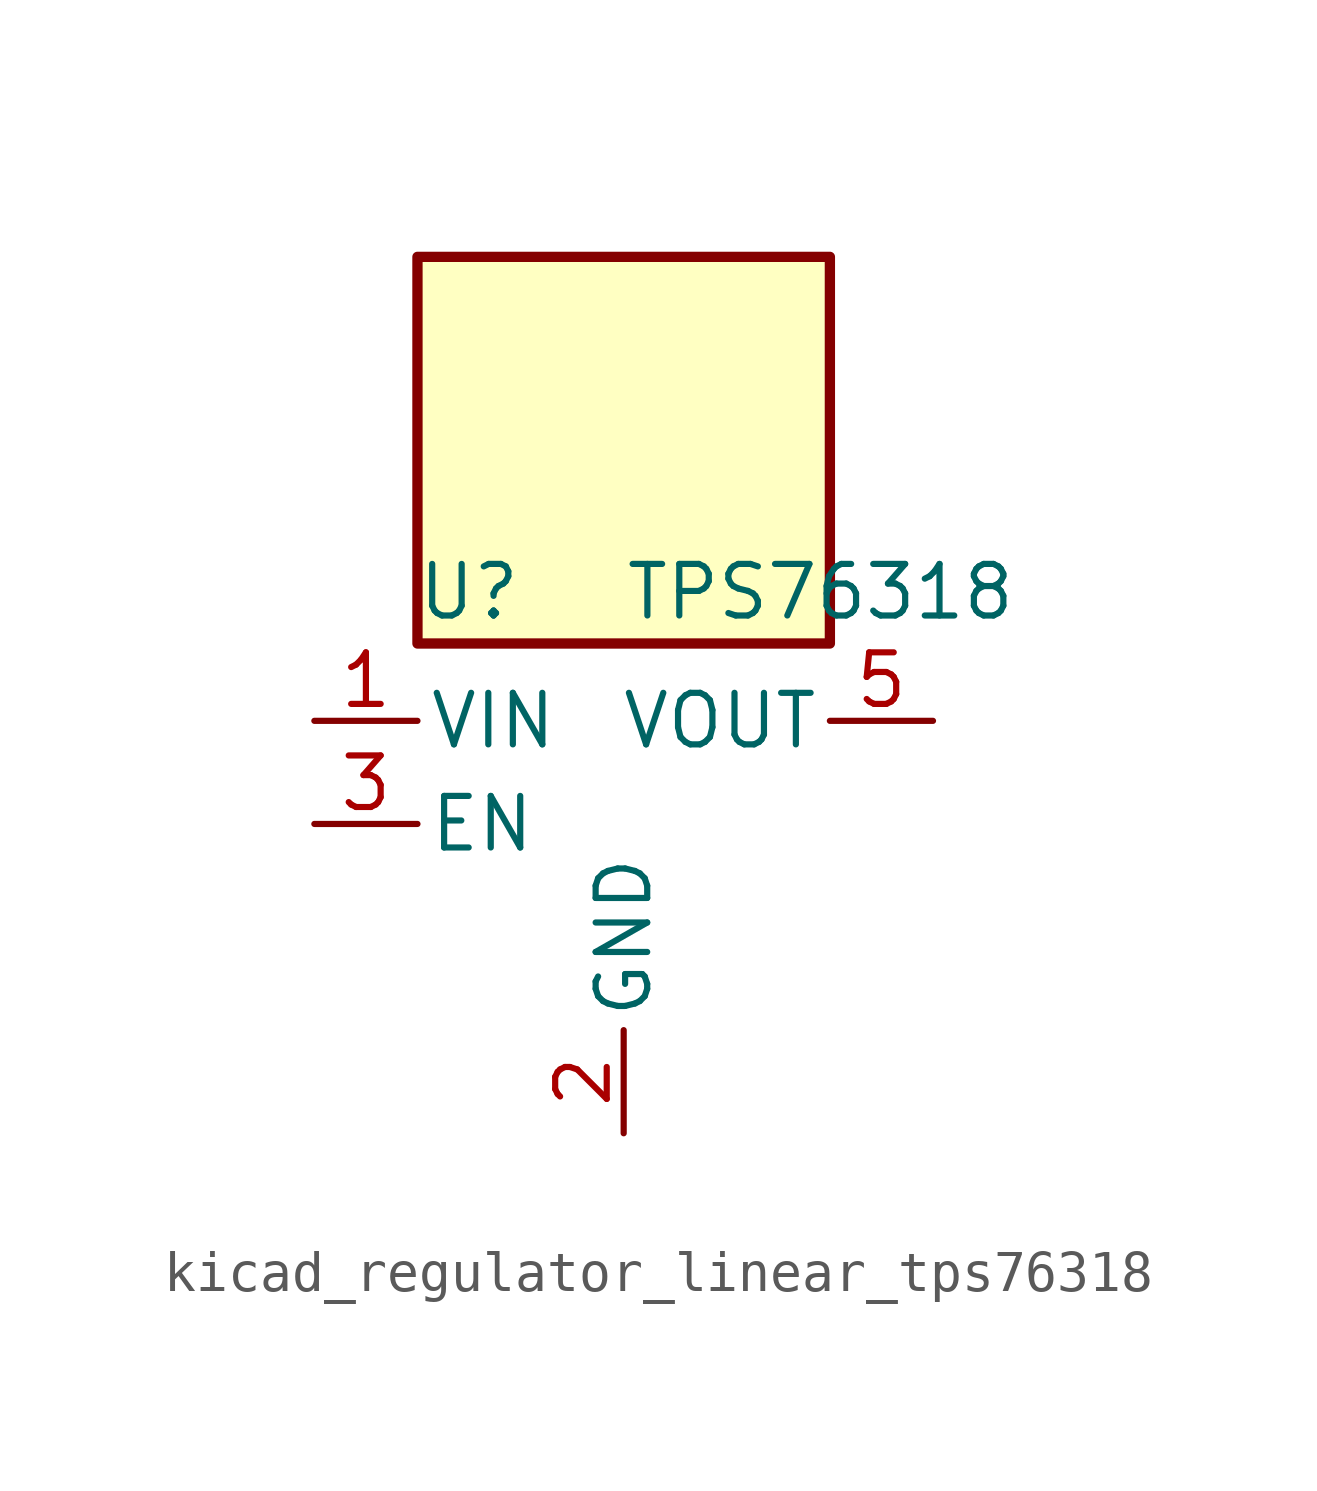
<source format=kicad_sym>
(kicad_symbol_lib
  (version 20220914)
  (generator kicad_symbol_editor)
  (symbol "kicad_regulator_linear_tps76318"
    (pin_names
      (offset 0.254))
    (property "Reference" "U"
      (at -3.81 5.715 0)
      (effects (font (size 1.27 1.27))))
    (property "Value" "TPS76318"
      (at 0 5.715 0)
      (effects (font (size 1.27 1.27)) (justify left)))
    (symbol "kicad_regulator_linear_tps76318_0_1"
      (rectangle (start 5.08 13.97) (end -5.08 4.445) (stroke (width 0.254) (type default)) (fill (type background))))
    (symbol "kicad_regulator_linear_tps76318_1_1"
      (pin power_in line (at -7.62 2.54 0) (length 2.54) (name "VIN" (effects (font (size 1.27 1.27)))) (number "1" (effects (font (size 1.27 1.27)))))
      (pin power_in line (at 0 -7.62 90) (length 2.54) (name "GND" (effects (font (size 1.27 1.27)))) (number "2" (effects (font (size 1.27 1.27)))))
      (pin input line (at -7.62 0 0) (length 2.54) (name "EN" (effects (font (size 1.27 1.27)))) (number "3" (effects (font (size 1.27 1.27)))))
      (pin no_connect line (at 5.08 0 180) (length 2.54) hide (name "NC" (effects (font (size 1.27 1.27)))) (number "4" (effects (font (size 1.27 1.27)))))
      (pin power_out line (at 7.62 2.54 180) (length 2.54) (name "VOUT" (effects (font (size 1.27 1.27)))) (number "5" (effects (font (size 1.27 1.27))))))))
</source>
